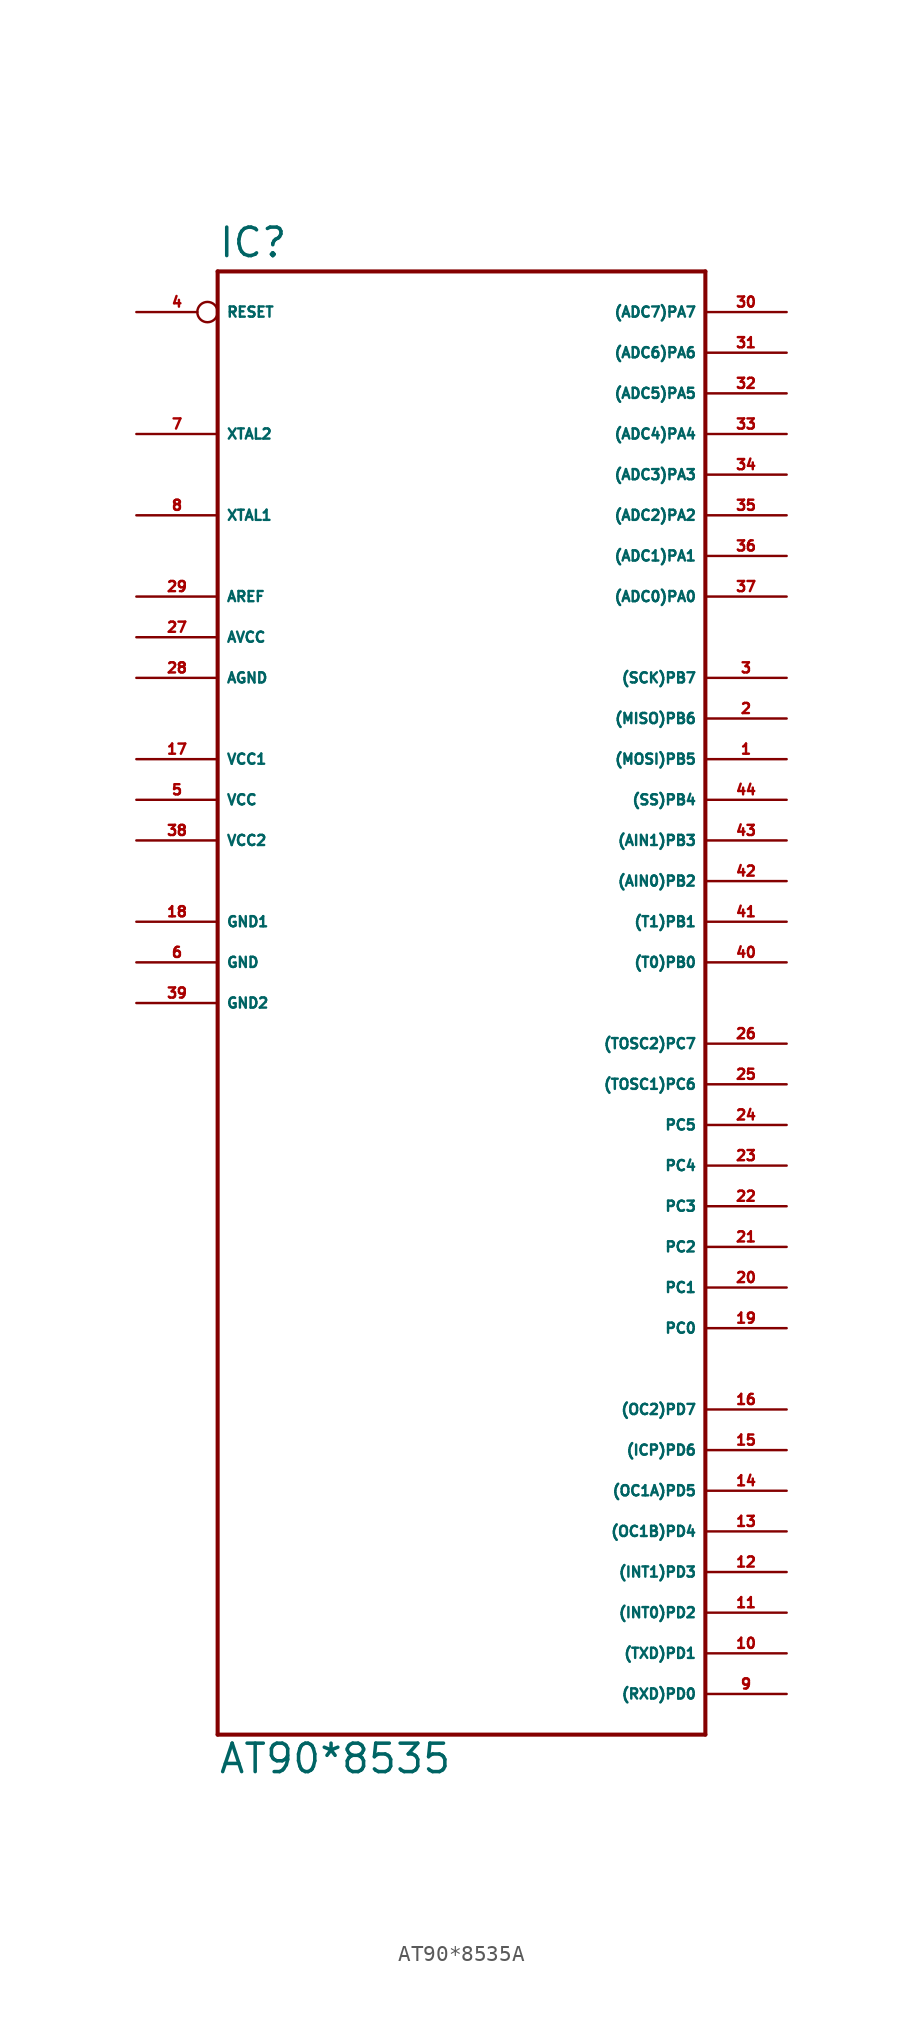
<source format=kicad_sym>
(kicad_symbol_lib
  (version 20220914)
  (generator Eagle2Kicad)
  (symbol "AT90*8535A"
    (property "Reference" "IC"
      (at -15.24 43.942 0)
      (effects (font (size 1.778 1.778) (thickness 0.22)) (justify left bottom)))
    (property "Value" "AT90*8535"
      (at -15.24 -50.8 0)
      (effects (font (size 1.778 1.778) (thickness 0.22)) (justify left bottom)))
    (polyline
      (pts (xy -15.24 43.18) (xy 15.24 43.18))
      (stroke (width 0.254) (type default))
      (fill (type none)))
    (polyline
      (pts (xy 15.24 43.18) (xy 15.24 -48.26))
      (stroke (width 0.254) (type default))
      (fill (type none)))
    (polyline
      (pts (xy 15.24 -48.26) (xy -15.24 -48.26))
      (stroke (width 0.254) (type default))
      (fill (type none)))
    (polyline
      (pts (xy -15.24 -48.26) (xy -15.24 43.18))
      (stroke (width 0.254) (type default))
      (fill (type none)))
    (pin bidirectional line
      (at 20.32 40.64 180)
      (length 5.08)
      (name "(ADC7)PA7" (effects (font (size 0.635 0.635) (thickness 0.08)) (justify left bottom)))
      (number "30" (effects (font (size 0.635 0.635) (thickness 0.08)) (justify left bottom))))
    (pin bidirectional line
      (at 20.32 38.1 180)
      (length 5.08)
      (name "(ADC6)PA6" (effects (font (size 0.635 0.635) (thickness 0.08)) (justify left bottom)))
      (number "31" (effects (font (size 0.635 0.635) (thickness 0.08)) (justify left bottom))))
    (pin bidirectional line
      (at 20.32 35.56 180)
      (length 5.08)
      (name "(ADC5)PA5" (effects (font (size 0.635 0.635) (thickness 0.08)) (justify left bottom)))
      (number "32" (effects (font (size 0.635 0.635) (thickness 0.08)) (justify left bottom))))
    (pin bidirectional line
      (at 20.32 33.02 180)
      (length 5.08)
      (name "(ADC4)PA4" (effects (font (size 0.635 0.635) (thickness 0.08)) (justify left bottom)))
      (number "33" (effects (font (size 0.635 0.635) (thickness 0.08)) (justify left bottom))))
    (pin bidirectional line
      (at 20.32 30.48 180)
      (length 5.08)
      (name "(ADC3)PA3" (effects (font (size 0.635 0.635) (thickness 0.08)) (justify left bottom)))
      (number "34" (effects (font (size 0.635 0.635) (thickness 0.08)) (justify left bottom))))
    (pin bidirectional line
      (at 20.32 27.94 180)
      (length 5.08)
      (name "(ADC2)PA2" (effects (font (size 0.635 0.635) (thickness 0.08)) (justify left bottom)))
      (number "35" (effects (font (size 0.635 0.635) (thickness 0.08)) (justify left bottom))))
    (pin bidirectional line
      (at 20.32 25.4 180)
      (length 5.08)
      (name "(ADC1)PA1" (effects (font (size 0.635 0.635) (thickness 0.08)) (justify left bottom)))
      (number "36" (effects (font (size 0.635 0.635) (thickness 0.08)) (justify left bottom))))
    (pin bidirectional line
      (at 20.32 22.86 180)
      (length 5.08)
      (name "(ADC0)PA0" (effects (font (size 0.635 0.635) (thickness 0.08)) (justify left bottom)))
      (number "37" (effects (font (size 0.635 0.635) (thickness 0.08)) (justify left bottom))))
    (pin bidirectional line
      (at 20.32 17.78 180)
      (length 5.08)
      (name "(SCK)PB7" (effects (font (size 0.635 0.635) (thickness 0.08)) (justify left bottom)))
      (number "3" (effects (font (size 0.635 0.635) (thickness 0.08)) (justify left bottom))))
    (pin bidirectional line
      (at 20.32 15.24 180)
      (length 5.08)
      (name "(MISO)PB6" (effects (font (size 0.635 0.635) (thickness 0.08)) (justify left bottom)))
      (number "2" (effects (font (size 0.635 0.635) (thickness 0.08)) (justify left bottom))))
    (pin bidirectional line
      (at 20.32 12.7 180)
      (length 5.08)
      (name "(MOSI)PB5" (effects (font (size 0.635 0.635) (thickness 0.08)) (justify left bottom)))
      (number "1" (effects (font (size 0.635 0.635) (thickness 0.08)) (justify left bottom))))
    (pin bidirectional line
      (at 20.32 10.16 180)
      (length 5.08)
      (name "(SS)PB4" (effects (font (size 0.635 0.635) (thickness 0.08)) (justify left bottom)))
      (number "44" (effects (font (size 0.635 0.635) (thickness 0.08)) (justify left bottom))))
    (pin bidirectional line
      (at 20.32 7.62 180)
      (length 5.08)
      (name "(AIN1)PB3" (effects (font (size 0.635 0.635) (thickness 0.08)) (justify left bottom)))
      (number "43" (effects (font (size 0.635 0.635) (thickness 0.08)) (justify left bottom))))
    (pin bidirectional line
      (at 20.32 5.08 180)
      (length 5.08)
      (name "(AIN0)PB2" (effects (font (size 0.635 0.635) (thickness 0.08)) (justify left bottom)))
      (number "42" (effects (font (size 0.635 0.635) (thickness 0.08)) (justify left bottom))))
    (pin bidirectional line
      (at 20.32 2.54 180)
      (length 5.08)
      (name "(T1)PB1" (effects (font (size 0.635 0.635) (thickness 0.08)) (justify left bottom)))
      (number "41" (effects (font (size 0.635 0.635) (thickness 0.08)) (justify left bottom))))
    (pin bidirectional line
      (at 20.32 0 180)
      (length 5.08)
      (name "(T0)PB0" (effects (font (size 0.635 0.635) (thickness 0.08)) (justify left bottom)))
      (number "40" (effects (font (size 0.635 0.635) (thickness 0.08)) (justify left bottom))))
    (pin bidirectional line
      (at 20.32 -5.08 180)
      (length 5.08)
      (name "(TOSC2)PC7" (effects (font (size 0.635 0.635) (thickness 0.08)) (justify left bottom)))
      (number "26" (effects (font (size 0.635 0.635) (thickness 0.08)) (justify left bottom))))
    (pin bidirectional line
      (at 20.32 -7.62 180)
      (length 5.08)
      (name "(TOSC1)PC6" (effects (font (size 0.635 0.635) (thickness 0.08)) (justify left bottom)))
      (number "25" (effects (font (size 0.635 0.635) (thickness 0.08)) (justify left bottom))))
    (pin bidirectional line
      (at 20.32 -10.16 180)
      (length 5.08)
      (name "PC5" (effects (font (size 0.635 0.635) (thickness 0.08)) (justify left bottom)))
      (number "24" (effects (font (size 0.635 0.635) (thickness 0.08)) (justify left bottom))))
    (pin bidirectional line
      (at 20.32 -12.7 180)
      (length 5.08)
      (name "PC4" (effects (font (size 0.635 0.635) (thickness 0.08)) (justify left bottom)))
      (number "23" (effects (font (size 0.635 0.635) (thickness 0.08)) (justify left bottom))))
    (pin bidirectional line
      (at 20.32 -15.24 180)
      (length 5.08)
      (name "PC3" (effects (font (size 0.635 0.635) (thickness 0.08)) (justify left bottom)))
      (number "22" (effects (font (size 0.635 0.635) (thickness 0.08)) (justify left bottom))))
    (pin bidirectional line
      (at 20.32 -17.78 180)
      (length 5.08)
      (name "PC2" (effects (font (size 0.635 0.635) (thickness 0.08)) (justify left bottom)))
      (number "21" (effects (font (size 0.635 0.635) (thickness 0.08)) (justify left bottom))))
    (pin bidirectional line
      (at 20.32 -20.32 180)
      (length 5.08)
      (name "PC1" (effects (font (size 0.635 0.635) (thickness 0.08)) (justify left bottom)))
      (number "20" (effects (font (size 0.635 0.635) (thickness 0.08)) (justify left bottom))))
    (pin bidirectional line
      (at 20.32 -22.86 180)
      (length 5.08)
      (name "PC0" (effects (font (size 0.635 0.635) (thickness 0.08)) (justify left bottom)))
      (number "19" (effects (font (size 0.635 0.635) (thickness 0.08)) (justify left bottom))))
    (pin unspecified line
      (at -20.32 17.78 0)
      (length 5.08)
      (name "AGND" (effects (font (size 0.635 0.635) (thickness 0.08)) (justify left bottom)))
      (number "28" (effects (font (size 0.635 0.635) (thickness 0.08)) (justify left bottom))))
    (pin unspecified line
      (at -20.32 20.32 0)
      (length 5.08)
      (name "AVCC" (effects (font (size 0.635 0.635) (thickness 0.08)) (justify left bottom)))
      (number "27" (effects (font (size 0.635 0.635) (thickness 0.08)) (justify left bottom))))
    (pin passive line
      (at -20.32 22.86 0)
      (length 5.08)
      (name "AREF" (effects (font (size 0.635 0.635) (thickness 0.08)) (justify left bottom)))
      (number "29" (effects (font (size 0.635 0.635) (thickness 0.08)) (justify left bottom))))
    (pin bidirectional line
      (at -20.32 27.94 0)
      (length 5.08)
      (name "XTAL1" (effects (font (size 0.635 0.635) (thickness 0.08)) (justify left bottom)))
      (number "8" (effects (font (size 0.635 0.635) (thickness 0.08)) (justify left bottom))))
    (pin bidirectional line
      (at -20.32 33.02 0)
      (length 5.08)
      (name "XTAL2" (effects (font (size 0.635 0.635) (thickness 0.08)) (justify left bottom)))
      (number "7" (effects (font (size 0.635 0.635) (thickness 0.08)) (justify left bottom))))
    (pin unspecified line
      (at -20.32 2.54 0)
      (length 5.08)
      (name "GND1" (effects (font (size 0.635 0.635) (thickness 0.08)) (justify left bottom)))
      (number "18" (effects (font (size 0.635 0.635) (thickness 0.08)) (justify left bottom))))
    (pin unspecified line
      (at -20.32 -2.54 0)
      (length 5.08)
      (name "GND2" (effects (font (size 0.635 0.635) (thickness 0.08)) (justify left bottom)))
      (number "39" (effects (font (size 0.635 0.635) (thickness 0.08)) (justify left bottom))))
    (pin input inverted
      (at -20.32 40.64 0)
      (length 5.08)
      (name "RESET" (effects (font (size 0.635 0.635) (thickness 0.08)) (justify left bottom)))
      (number "4" (effects (font (size 0.635 0.635) (thickness 0.08)) (justify left bottom))))
    (pin bidirectional line
      (at 20.32 -45.72 180)
      (length 5.08)
      (name "(RXD)PD0" (effects (font (size 0.635 0.635) (thickness 0.08)) (justify left bottom)))
      (number "9" (effects (font (size 0.635 0.635) (thickness 0.08)) (justify left bottom))))
    (pin bidirectional line
      (at 20.32 -43.18 180)
      (length 5.08)
      (name "(TXD)PD1" (effects (font (size 0.635 0.635) (thickness 0.08)) (justify left bottom)))
      (number "10" (effects (font (size 0.635 0.635) (thickness 0.08)) (justify left bottom))))
    (pin bidirectional line
      (at 20.32 -40.64 180)
      (length 5.08)
      (name "(INT0)PD2" (effects (font (size 0.635 0.635) (thickness 0.08)) (justify left bottom)))
      (number "11" (effects (font (size 0.635 0.635) (thickness 0.08)) (justify left bottom))))
    (pin bidirectional line
      (at 20.32 -38.1 180)
      (length 5.08)
      (name "(INT1)PD3" (effects (font (size 0.635 0.635) (thickness 0.08)) (justify left bottom)))
      (number "12" (effects (font (size 0.635 0.635) (thickness 0.08)) (justify left bottom))))
    (pin bidirectional line
      (at 20.32 -35.56 180)
      (length 5.08)
      (name "(OC1B)PD4" (effects (font (size 0.635 0.635) (thickness 0.08)) (justify left bottom)))
      (number "13" (effects (font (size 0.635 0.635) (thickness 0.08)) (justify left bottom))))
    (pin bidirectional line
      (at 20.32 -33.02 180)
      (length 5.08)
      (name "(OC1A)PD5" (effects (font (size 0.635 0.635) (thickness 0.08)) (justify left bottom)))
      (number "14" (effects (font (size 0.635 0.635) (thickness 0.08)) (justify left bottom))))
    (pin bidirectional line
      (at 20.32 -30.48 180)
      (length 5.08)
      (name "(ICP)PD6" (effects (font (size 0.635 0.635) (thickness 0.08)) (justify left bottom)))
      (number "15" (effects (font (size 0.635 0.635) (thickness 0.08)) (justify left bottom))))
    (pin bidirectional line
      (at 20.32 -27.94 180)
      (length 5.08)
      (name "(OC2)PD7" (effects (font (size 0.635 0.635) (thickness 0.08)) (justify left bottom)))
      (number "16" (effects (font (size 0.635 0.635) (thickness 0.08)) (justify left bottom))))
    (pin unspecified line
      (at -20.32 12.7 0)
      (length 5.08)
      (name "VCC1" (effects (font (size 0.635 0.635) (thickness 0.08)) (justify left bottom)))
      (number "17" (effects (font (size 0.635 0.635) (thickness 0.08)) (justify left bottom))))
    (pin unspecified line
      (at -20.32 10.16 0)
      (length 5.08)
      (name "VCC" (effects (font (size 0.635 0.635) (thickness 0.08)) (justify left bottom)))
      (number "5" (effects (font (size 0.635 0.635) (thickness 0.08)) (justify left bottom))))
    (pin unspecified line
      (at -20.32 7.62 0)
      (length 5.08)
      (name "VCC2" (effects (font (size 0.635 0.635) (thickness 0.08)) (justify left bottom)))
      (number "38" (effects (font (size 0.635 0.635) (thickness 0.08)) (justify left bottom))))
    (pin unspecified line
      (at -20.32 0 0)
      (length 5.08)
      (name "GND" (effects (font (size 0.635 0.635) (thickness 0.08)) (justify left bottom)))
      (number "6" (effects (font (size 0.635 0.635) (thickness 0.08)) (justify left bottom))))))
</source>
